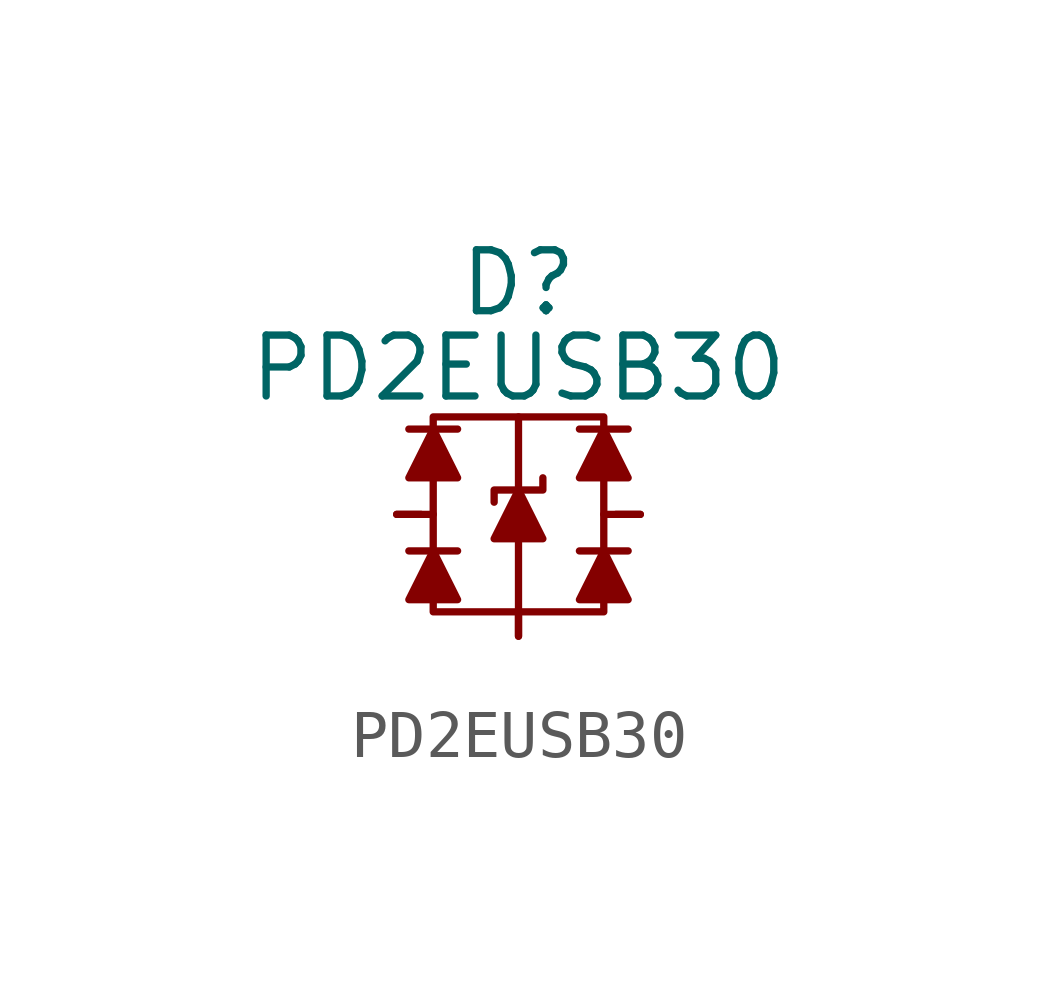
<source format=kicad_sym>
(kicad_symbol_lib
  (version 20211014)
  (generator kicad_symbol_editor)
  (symbol "PD2EUSB30"
    (pin_numbers hide)
    (pin_names
      (offset 0) hide)
    (property "Reference" "D"
      (at 0 4.826 0)
      (effects (font (size 1.27 1.27))))
    (property "Value" "PD2EUSB30"
      (at 0 3.048 0)
      (effects (font (size 1.27 1.27))))
    (symbol "PD2EUSB30_0_0"
      (pin passive line (at 2.54 0 180) (length 0.508) (name "D+" (effects (font (size 1.27 1.27)))) (number "1" (effects (font (size 1.27 1.27)))))
      (pin passive line (at -2.54 0 0) (length 0.508) (name "D-" (effects (font (size 1.27 1.27)))) (number "2" (effects (font (size 1.27 1.27)))))
      (pin passive line (at 0 -2.54 90) (length 0.508) (name "GND" (effects (font (size 1.27 1.27)))) (number "3" (effects (font (size 1.27 1.27))))))
    (symbol "PD2EUSB30_0_1"
      (polyline (pts (xy -2.54 0) (xy -1.778 0)) (stroke (width 0) (type default) (color 0 0 0 0)) (fill (type none)))
      (polyline (pts (xy -2.286 -0.762) (xy -1.27 -0.762)) (stroke (width 0) (type default) (color 0 0 0 0)) (fill (type none)))
      (polyline (pts (xy -2.286 1.778) (xy -1.27 1.778)) (stroke (width 0) (type default) (color 0 0 0 0)) (fill (type none)))
      (polyline (pts (xy 0 2.032) (xy 0 -2.54)) (stroke (width 0) (type default) (color 0 0 0 0)) (fill (type none)))
      (polyline (pts (xy 1.27 -0.762) (xy 2.286 -0.762)) (stroke (width 0) (type default) (color 0 0 0 0)) (fill (type none)))
      (polyline (pts (xy 1.27 1.778) (xy 2.286 1.778)) (stroke (width 0) (type default) (color 0 0 0 0)) (fill (type none)))
      (polyline (pts (xy 2.54 0) (xy 1.778 0)) (stroke (width 0) (type default) (color 0 0 0 0)) (fill (type none)))
      (polyline (pts (xy -1.778 -0.762) (xy -2.286 -1.778) (xy -1.27 -1.778) (xy -1.778 -0.762)) (stroke (width 0) (type default) (color 0 0 0 0)) (fill (type outline)))
      (polyline (pts (xy -1.778 1.778) (xy -2.286 0.762) (xy -1.27 0.762) (xy -1.778 1.778)) (stroke (width 0) (type default) (color 0 0 0 0)) (fill (type outline)))
      (polyline (pts (xy -0.508 0.254) (xy -0.508 0.508) (xy 0.508 0.508) (xy 0.508 0.762)) (stroke (width 0) (type default) (color 0 0 0 0)) (fill (type none)))
      (polyline (pts (xy 0 0.508) (xy -0.508 -0.508) (xy 0.508 -0.508) (xy 0 0.508)) (stroke (width 0) (type default) (color 0 0 0 0)) (fill (type outline)))
      (polyline (pts (xy 1.778 -0.762) (xy 1.27 -1.778) (xy 2.286 -1.778) (xy 1.778 -0.762)) (stroke (width 0) (type default) (color 0 0 0 0)) (fill (type outline)))
      (polyline (pts (xy 1.778 1.778) (xy 1.27 0.762) (xy 2.286 0.762) (xy 1.778 1.778)) (stroke (width 0) (type default) (color 0 0 0 0)) (fill (type outline)))
      (polyline (pts (xy -1.778 2.032) (xy 1.778 2.032) (xy 1.778 -2.032) (xy -1.778 -2.032) (xy -1.778 2.032)) (stroke (width 0) (type default) (color 0 0 0 0)) (fill (type none))))))
</source>
